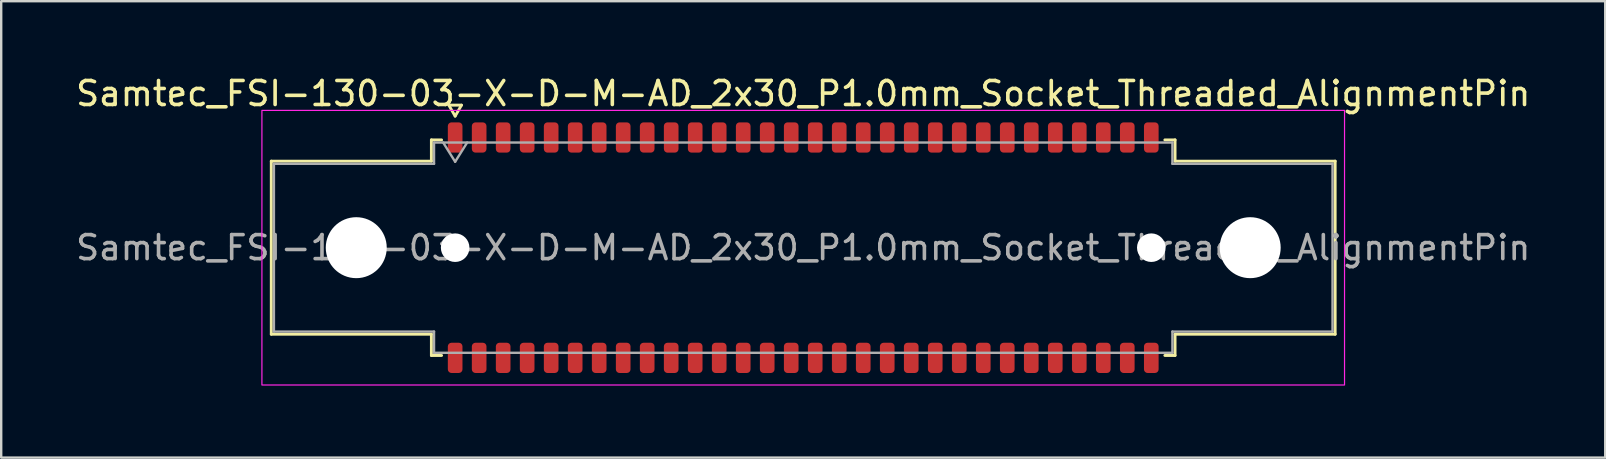
<source format=kicad_pcb>
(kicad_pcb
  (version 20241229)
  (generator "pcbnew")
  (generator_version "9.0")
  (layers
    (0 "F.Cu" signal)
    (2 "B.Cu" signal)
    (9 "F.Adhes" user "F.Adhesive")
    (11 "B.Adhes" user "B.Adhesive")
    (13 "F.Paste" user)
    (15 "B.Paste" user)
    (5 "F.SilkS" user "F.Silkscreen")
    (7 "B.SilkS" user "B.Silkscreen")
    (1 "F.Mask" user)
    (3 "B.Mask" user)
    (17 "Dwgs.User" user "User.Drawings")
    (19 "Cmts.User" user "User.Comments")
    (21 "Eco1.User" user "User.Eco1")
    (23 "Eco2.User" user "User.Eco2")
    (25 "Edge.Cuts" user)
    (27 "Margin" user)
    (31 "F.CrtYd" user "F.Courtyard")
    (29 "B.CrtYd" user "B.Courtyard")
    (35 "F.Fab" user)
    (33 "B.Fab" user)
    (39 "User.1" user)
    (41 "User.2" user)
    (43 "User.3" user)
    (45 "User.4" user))
  (footprint "Samtec_FSI-130-03-X-D-M-AD_2x30_P1.0mm_Socket_Threaded_AlignmentPin"
    (layer "F.Cu")
    (at 30.411 7.268)
    (property "Reference" "Samtec_FSI-130-03-X-D-M-AD_2x30_P1.0mm_Socket_Threaded_AlignmentPin" (at 0 -6.42 0) (layer "F.SilkS") (effects (font (size 1 1) (thickness 0.15))))
    (attr smd)
    (fp_line (start -22.16 -3.605) (end -15.49 -3.605) (stroke (width 0.12) (type solid)) (layer "F.SilkS"))
    (fp_line (start -22.16 3.605) (end -22.16 -3.605) (stroke (width 0.12) (type solid)) (layer "F.SilkS"))
    (fp_line (start -15.49 -4.49) (end -15.065 -4.49) (stroke (width 0.12) (type solid)) (layer "F.SilkS"))
    (fp_line (start -15.49 -3.605) (end -15.49 -4.49) (stroke (width 0.12) (type solid)) (layer "F.SilkS"))
    (fp_line (start -15.49 3.605) (end -22.16 3.605) (stroke (width 0.12) (type solid)) (layer "F.SilkS"))
    (fp_line (start -15.49 4.49) (end -15.49 3.605) (stroke (width 0.12) (type solid)) (layer "F.SilkS"))
    (fp_line (start -15.065 4.49) (end -15.49 4.49) (stroke (width 0.12) (type solid)) (layer "F.SilkS"))
    (fp_line (start -14.764 -5.938) (end -14.5 -5.48) (stroke (width 0.12) (type solid)) (layer "F.SilkS"))
    (fp_line (start -14.5 -5.48) (end -14.236 -5.938) (stroke (width 0.12) (type solid)) (layer "F.SilkS"))
    (fp_line (start -14.236 -5.938) (end -14.764 -5.938) (stroke (width 0.12) (type solid)) (layer "F.SilkS"))
    (fp_line (start 15.065 -4.49) (end 15.49 -4.49) (stroke (width 0.12) (type solid)) (layer "F.SilkS"))
    (fp_line (start 15.49 -4.49) (end 15.49 -3.605) (stroke (width 0.12) (type solid)) (layer "F.SilkS"))
    (fp_line (start 15.49 -3.605) (end 22.16 -3.605) (stroke (width 0.12) (type solid)) (layer "F.SilkS"))
    (fp_line (start 15.49 3.605) (end 15.49 4.49) (stroke (width 0.12) (type solid)) (layer "F.SilkS"))
    (fp_line (start 15.49 4.49) (end 15.065 4.49) (stroke (width 0.12) (type solid)) (layer "F.SilkS"))
    (fp_line (start 22.16 -3.605) (end 22.16 3.605) (stroke (width 0.12) (type solid)) (layer "F.SilkS"))
    (fp_line (start 22.16 3.605) (end 15.49 3.605) (stroke (width 0.12) (type solid)) (layer "F.SilkS"))
    (fp_rect (start -22.55 -5.72) (end 22.55 5.72) (stroke (width 0.05) (type solid)) (fill no) (layer "F.CrtYd"))
    (fp_line (start -22.05 -3.495) (end -15.38 -3.495) (stroke (width 0.1) (type solid)) (layer "F.Fab"))
    (fp_line (start -22.05 3.495) (end -22.05 -3.495) (stroke (width 0.1) (type solid)) (layer "F.Fab"))
    (fp_line (start -15.38 -4.38) (end 15.38 -4.38) (stroke (width 0.1) (type solid)) (layer "F.Fab"))
    (fp_line (start -15.38 -3.495) (end -15.38 -4.38) (stroke (width 0.1) (type solid)) (layer "F.Fab"))
    (fp_line (start -15.38 3.495) (end -22.05 3.495) (stroke (width 0.1) (type solid)) (layer "F.Fab"))
    (fp_line (start -15.38 4.38) (end -15.38 3.495) (stroke (width 0.1) (type solid)) (layer "F.Fab"))
    (fp_line (start -15 -4.38) (end -14.5 -3.58) (stroke (width 0.1) (type solid)) (layer "F.Fab"))
    (fp_line (start -14.5 -3.58) (end -14 -4.38) (stroke (width 0.1) (type solid)) (layer "F.Fab"))
    (fp_line (start 15.38 -4.38) (end 15.38 -3.495) (stroke (width 0.1) (type solid)) (layer "F.Fab"))
    (fp_line (start 15.38 -3.495) (end 22.05 -3.495) (stroke (width 0.1) (type solid)) (layer "F.Fab"))
    (fp_line (start 15.38 3.495) (end 15.38 4.38) (stroke (width 0.1) (type solid)) (layer "F.Fab"))
    (fp_line (start 15.38 4.38) (end -15.38 4.38) (stroke (width 0.1) (type solid)) (layer "F.Fab"))
    (fp_line (start 22.05 -3.495) (end 22.05 3.495) (stroke (width 0.1) (type solid)) (layer "F.Fab"))
    (fp_line (start 22.05 3.495) (end 15.38 3.495) (stroke (width 0.1) (type solid)) (layer "F.Fab"))
    (fp_text user "${REFERENCE}" (at 0 0 0) (layer "F.Fab") (effects (font (size 1 1) (thickness 0.15))))
    (pad "" np_thru_hole circle (at -18.62 0) (size 2.54 2.54) (drill 2.54) (layers "*.Cu" "*.Mask"))
    (pad "" np_thru_hole circle (at -14.5 0) (size 1.19 1.19) (drill 1.19) (layers "*.Cu" "*.Mask"))
    (pad "" np_thru_hole circle (at 14.5 0) (size 1.19 1.19) (drill 1.19) (layers "*.Cu" "*.Mask"))
    (pad "" np_thru_hole circle (at 18.62 0) (size 2.54 2.54) (drill 2.54) (layers "*.Cu" "*.Mask"))
    (pad "1" smd roundrect (at -14.5 -4.59) (size 0.61 1.26) (layers "F.Cu" "F.Mask" "F.Paste") (roundrect_rratio 0.25))
    (pad "2" smd roundrect (at -14.5 4.59) (size 0.61 1.26) (layers "F.Cu" "F.Mask" "F.Paste") (roundrect_rratio 0.25))
    (pad "3" smd roundrect (at -13.5 -4.59) (size 0.61 1.26) (layers "F.Cu" "F.Mask" "F.Paste") (roundrect_rratio 0.25))
    (pad "4" smd roundrect (at -13.5 4.59) (size 0.61 1.26) (layers "F.Cu" "F.Mask" "F.Paste") (roundrect_rratio 0.25))
    (pad "5" smd roundrect (at -12.5 -4.59) (size 0.61 1.26) (layers "F.Cu" "F.Mask" "F.Paste") (roundrect_rratio 0.25))
    (pad "6" smd roundrect (at -12.5 4.59) (size 0.61 1.26) (layers "F.Cu" "F.Mask" "F.Paste") (roundrect_rratio 0.25))
    (pad "7" smd roundrect (at -11.5 -4.59) (size 0.61 1.26) (layers "F.Cu" "F.Mask" "F.Paste") (roundrect_rratio 0.25))
    (pad "8" smd roundrect (at -11.5 4.59) (size 0.61 1.26) (layers "F.Cu" "F.Mask" "F.Paste") (roundrect_rratio 0.25))
    (pad "9" smd roundrect (at -10.5 -4.59) (size 0.61 1.26) (layers "F.Cu" "F.Mask" "F.Paste") (roundrect_rratio 0.25))
    (pad "10" smd roundrect (at -10.5 4.59) (size 0.61 1.26) (layers "F.Cu" "F.Mask" "F.Paste") (roundrect_rratio 0.25))
    (pad "11" smd roundrect (at -9.5 -4.59) (size 0.61 1.26) (layers "F.Cu" "F.Mask" "F.Paste") (roundrect_rratio 0.25))
    (pad "12" smd roundrect (at -9.5 4.59) (size 0.61 1.26) (layers "F.Cu" "F.Mask" "F.Paste") (roundrect_rratio 0.25))
    (pad "13" smd roundrect (at -8.5 -4.59) (size 0.61 1.26) (layers "F.Cu" "F.Mask" "F.Paste") (roundrect_rratio 0.25))
    (pad "14" smd roundrect (at -8.5 4.59) (size 0.61 1.26) (layers "F.Cu" "F.Mask" "F.Paste") (roundrect_rratio 0.25))
    (pad "15" smd roundrect (at -7.5 -4.59) (size 0.61 1.26) (layers "F.Cu" "F.Mask" "F.Paste") (roundrect_rratio 0.25))
    (pad "16" smd roundrect (at -7.5 4.59) (size 0.61 1.26) (layers "F.Cu" "F.Mask" "F.Paste") (roundrect_rratio 0.25))
    (pad "17" smd roundrect (at -6.5 -4.59) (size 0.61 1.26) (layers "F.Cu" "F.Mask" "F.Paste") (roundrect_rratio 0.25))
    (pad "18" smd roundrect (at -6.5 4.59) (size 0.61 1.26) (layers "F.Cu" "F.Mask" "F.Paste") (roundrect_rratio 0.25))
    (pad "19" smd roundrect (at -5.5 -4.59) (size 0.61 1.26) (layers "F.Cu" "F.Mask" "F.Paste") (roundrect_rratio 0.25))
    (pad "20" smd roundrect (at -5.5 4.59) (size 0.61 1.26) (layers "F.Cu" "F.Mask" "F.Paste") (roundrect_rratio 0.25))
    (pad "21" smd roundrect (at -4.5 -4.59) (size 0.61 1.26) (layers "F.Cu" "F.Mask" "F.Paste") (roundrect_rratio 0.25))
    (pad "22" smd roundrect (at -4.5 4.59) (size 0.61 1.26) (layers "F.Cu" "F.Mask" "F.Paste") (roundrect_rratio 0.25))
    (pad "23" smd roundrect (at -3.5 -4.59) (size 0.61 1.26) (layers "F.Cu" "F.Mask" "F.Paste") (roundrect_rratio 0.25))
    (pad "24" smd roundrect (at -3.5 4.59) (size 0.61 1.26) (layers "F.Cu" "F.Mask" "F.Paste") (roundrect_rratio 0.25))
    (pad "25" smd roundrect (at -2.5 -4.59) (size 0.61 1.26) (layers "F.Cu" "F.Mask" "F.Paste") (roundrect_rratio 0.25))
    (pad "26" smd roundrect (at -2.5 4.59) (size 0.61 1.26) (layers "F.Cu" "F.Mask" "F.Paste") (roundrect_rratio 0.25))
    (pad "27" smd roundrect (at -1.5 -4.59) (size 0.61 1.26) (layers "F.Cu" "F.Mask" "F.Paste") (roundrect_rratio 0.25))
    (pad "28" smd roundrect (at -1.5 4.59) (size 0.61 1.26) (layers "F.Cu" "F.Mask" "F.Paste") (roundrect_rratio 0.25))
    (pad "29" smd roundrect (at -0.5 -4.59) (size 0.61 1.26) (layers "F.Cu" "F.Mask" "F.Paste") (roundrect_rratio 0.25))
    (pad "30" smd roundrect (at -0.5 4.59) (size 0.61 1.26) (layers "F.Cu" "F.Mask" "F.Paste") (roundrect_rratio 0.25))
    (pad "31" smd roundrect (at 0.5 -4.59) (size 0.61 1.26) (layers "F.Cu" "F.Mask" "F.Paste") (roundrect_rratio 0.25))
    (pad "32" smd roundrect (at 0.5 4.59) (size 0.61 1.26) (layers "F.Cu" "F.Mask" "F.Paste") (roundrect_rratio 0.25))
    (pad "33" smd roundrect (at 1.5 -4.59) (size 0.61 1.26) (layers "F.Cu" "F.Mask" "F.Paste") (roundrect_rratio 0.25))
    (pad "34" smd roundrect (at 1.5 4.59) (size 0.61 1.26) (layers "F.Cu" "F.Mask" "F.Paste") (roundrect_rratio 0.25))
    (pad "35" smd roundrect (at 2.5 -4.59) (size 0.61 1.26) (layers "F.Cu" "F.Mask" "F.Paste") (roundrect_rratio 0.25))
    (pad "36" smd roundrect (at 2.5 4.59) (size 0.61 1.26) (layers "F.Cu" "F.Mask" "F.Paste") (roundrect_rratio 0.25))
    (pad "37" smd roundrect (at 3.5 -4.59) (size 0.61 1.26) (layers "F.Cu" "F.Mask" "F.Paste") (roundrect_rratio 0.25))
    (pad "38" smd roundrect (at 3.5 4.59) (size 0.61 1.26) (layers "F.Cu" "F.Mask" "F.Paste") (roundrect_rratio 0.25))
    (pad "39" smd roundrect (at 4.5 -4.59) (size 0.61 1.26) (layers "F.Cu" "F.Mask" "F.Paste") (roundrect_rratio 0.25))
    (pad "40" smd roundrect (at 4.5 4.59) (size 0.61 1.26) (layers "F.Cu" "F.Mask" "F.Paste") (roundrect_rratio 0.25))
    (pad "41" smd roundrect (at 5.5 -4.59) (size 0.61 1.26) (layers "F.Cu" "F.Mask" "F.Paste") (roundrect_rratio 0.25))
    (pad "42" smd roundrect (at 5.5 4.59) (size 0.61 1.26) (layers "F.Cu" "F.Mask" "F.Paste") (roundrect_rratio 0.25))
    (pad "43" smd roundrect (at 6.5 -4.59) (size 0.61 1.26) (layers "F.Cu" "F.Mask" "F.Paste") (roundrect_rratio 0.25))
    (pad "44" smd roundrect (at 6.5 4.59) (size 0.61 1.26) (layers "F.Cu" "F.Mask" "F.Paste") (roundrect_rratio 0.25))
    (pad "45" smd roundrect (at 7.5 -4.59) (size 0.61 1.26) (layers "F.Cu" "F.Mask" "F.Paste") (roundrect_rratio 0.25))
    (pad "46" smd roundrect (at 7.5 4.59) (size 0.61 1.26) (layers "F.Cu" "F.Mask" "F.Paste") (roundrect_rratio 0.25))
    (pad "47" smd roundrect (at 8.5 -4.59) (size 0.61 1.26) (layers "F.Cu" "F.Mask" "F.Paste") (roundrect_rratio 0.25))
    (pad "48" smd roundrect (at 8.5 4.59) (size 0.61 1.26) (layers "F.Cu" "F.Mask" "F.Paste") (roundrect_rratio 0.25))
    (pad "49" smd roundrect (at 9.5 -4.59) (size 0.61 1.26) (layers "F.Cu" "F.Mask" "F.Paste") (roundrect_rratio 0.25))
    (pad "50" smd roundrect (at 9.5 4.59) (size 0.61 1.26) (layers "F.Cu" "F.Mask" "F.Paste") (roundrect_rratio 0.25))
    (pad "51" smd roundrect (at 10.5 -4.59) (size 0.61 1.26) (layers "F.Cu" "F.Mask" "F.Paste") (roundrect_rratio 0.25))
    (pad "52" smd roundrect (at 10.5 4.59) (size 0.61 1.26) (layers "F.Cu" "F.Mask" "F.Paste") (roundrect_rratio 0.25))
    (pad "53" smd roundrect (at 11.5 -4.59) (size 0.61 1.26) (layers "F.Cu" "F.Mask" "F.Paste") (roundrect_rratio 0.25))
    (pad "54" smd roundrect (at 11.5 4.59) (size 0.61 1.26) (layers "F.Cu" "F.Mask" "F.Paste") (roundrect_rratio 0.25))
    (pad "55" smd roundrect (at 12.5 -4.59) (size 0.61 1.26) (layers "F.Cu" "F.Mask" "F.Paste") (roundrect_rratio 0.25))
    (pad "56" smd roundrect (at 12.5 4.59) (size 0.61 1.26) (layers "F.Cu" "F.Mask" "F.Paste") (roundrect_rratio 0.25))
    (pad "57" smd roundrect (at 13.5 -4.59) (size 0.61 1.26) (layers "F.Cu" "F.Mask" "F.Paste") (roundrect_rratio 0.25))
    (pad "58" smd roundrect (at 13.5 4.59) (size 0.61 1.26) (layers "F.Cu" "F.Mask" "F.Paste") (roundrect_rratio 0.25))
    (pad "59" smd roundrect (at 14.5 -4.59) (size 0.61 1.26) (layers "F.Cu" "F.Mask" "F.Paste") (roundrect_rratio 0.25))
    (pad "60" smd roundrect (at 14.5 4.59) (size 0.61 1.26) (layers "F.Cu" "F.Mask" "F.Paste") (roundrect_rratio 0.25)))
  (gr_rect
    (start -3 -3)
    (end 63.821 16.013)
    (stroke (width 0.1) (type default))
    (fill no)
    (layer "Edge.Cuts")))
</source>
